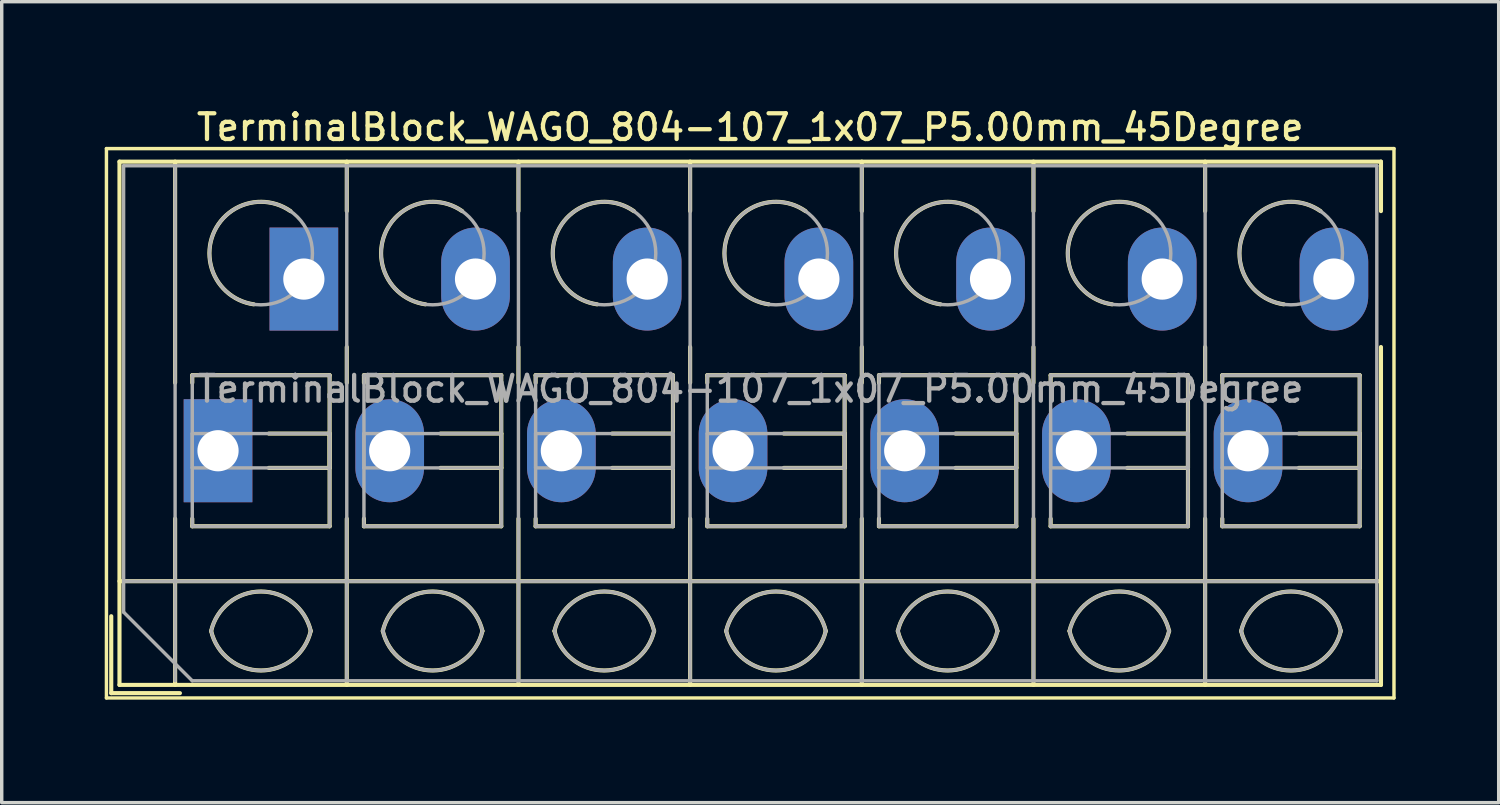
<source format=kicad_pcb>
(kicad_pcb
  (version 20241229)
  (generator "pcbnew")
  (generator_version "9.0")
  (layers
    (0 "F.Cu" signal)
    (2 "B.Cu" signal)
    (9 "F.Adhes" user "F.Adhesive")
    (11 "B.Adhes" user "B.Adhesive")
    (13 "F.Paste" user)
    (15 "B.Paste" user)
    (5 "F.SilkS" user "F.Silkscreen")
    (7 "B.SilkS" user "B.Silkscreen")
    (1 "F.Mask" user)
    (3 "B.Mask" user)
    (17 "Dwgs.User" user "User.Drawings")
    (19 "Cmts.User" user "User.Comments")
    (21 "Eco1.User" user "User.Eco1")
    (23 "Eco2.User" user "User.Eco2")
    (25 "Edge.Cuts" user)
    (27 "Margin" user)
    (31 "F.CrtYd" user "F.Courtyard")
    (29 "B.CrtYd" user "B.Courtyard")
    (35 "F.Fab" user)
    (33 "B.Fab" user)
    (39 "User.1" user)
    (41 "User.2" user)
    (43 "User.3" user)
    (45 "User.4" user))
  (footprint "TerminalBlock_WAGO_804-107_1x07_P5.00mm_45Degree"
    (layer "F.Cu")
    (at 3.3 10.078)
    (property "Reference" "TerminalBlock_WAGO_804-107_1x07_P5.00mm_45Degree" (at 15.5 -9.42 0) (layer "F.SilkS") (effects (font (size 0.75 0.75) (thickness 0.125))))
    (attr through_hole)
    (fp_line (start -3.25 -8.8) (end -3.25 7.2) (stroke (width 0.1) (type solid)) (layer "F.SilkS"))
    (fp_line (start -3.25 7.2) (end 34.25 7.2) (stroke (width 0.1) (type solid)) (layer "F.SilkS"))
    (fp_line (start -3.11 4.82) (end -3.11 7.06) (stroke (width 0.12) (type solid)) (layer "F.SilkS"))
    (fp_line (start -3.11 7.06) (end -1.11 7.06) (stroke (width 0.12) (type solid)) (layer "F.SilkS"))
    (fp_line (start -2.87 -8.42) (end -2.87 6.82) (stroke (width 0.12) (type solid)) (layer "F.SilkS"))
    (fp_line (start -2.87 -8.42) (end 33.871 -8.42) (stroke (width 0.12) (type solid)) (layer "F.SilkS"))
    (fp_line (start -2.87 3.8) (end 33.871 3.8) (stroke (width 0.12) (type solid)) (layer "F.SilkS"))
    (fp_line (start -2.87 6.82) (end 33.871 6.82) (stroke (width 0.12) (type solid)) (layer "F.SilkS"))
    (fp_line (start -1.25 -8.42) (end -1.25 -1.98) (stroke (width 0.12) (type solid)) (layer "F.SilkS"))
    (fp_line (start -1.25 1.98) (end -1.25 6.82) (stroke (width 0.12) (type solid)) (layer "F.SilkS"))
    (fp_line (start -0.75 -2.2) (end -0.75 -1.98) (stroke (width 0.12) (type solid)) (layer "F.SilkS"))
    (fp_line (start -0.75 -2.2) (end 3.25 -2.2) (stroke (width 0.12) (type solid)) (layer "F.SilkS"))
    (fp_line (start -0.75 1.98) (end -0.75 2.2) (stroke (width 0.12) (type solid)) (layer "F.SilkS"))
    (fp_line (start -0.75 2.2) (end 3.25 2.2) (stroke (width 0.12) (type solid)) (layer "F.SilkS"))
    (fp_line (start 1.48 -0.5) (end 3.25 -0.5) (stroke (width 0.12) (type solid)) (layer "F.SilkS"))
    (fp_line (start 1.48 0.5) (end 3.25 0.5) (stroke (width 0.12) (type solid)) (layer "F.SilkS"))
    (fp_line (start 3.25 -2.2) (end 3.25 2.2) (stroke (width 0.12) (type solid)) (layer "F.SilkS"))
    (fp_line (start 3.25 -0.5) (end 3.25 0.5) (stroke (width 0.12) (type solid)) (layer "F.SilkS"))
    (fp_line (start 3.75 -8.42) (end 3.75 -6.98) (stroke (width 0.12) (type solid)) (layer "F.SilkS"))
    (fp_line (start 3.75 -3.02) (end 3.75 -1.98) (stroke (width 0.12) (type solid)) (layer "F.SilkS"))
    (fp_line (start 3.75 1.98) (end 3.75 6.82) (stroke (width 0.12) (type solid)) (layer "F.SilkS"))
    (fp_line (start 4.25 -2.2) (end 4.25 -1.98) (stroke (width 0.12) (type solid)) (layer "F.SilkS"))
    (fp_line (start 4.25 -2.2) (end 8.25 -2.2) (stroke (width 0.12) (type solid)) (layer "F.SilkS"))
    (fp_line (start 4.25 1.98) (end 4.25 2.2) (stroke (width 0.12) (type solid)) (layer "F.SilkS"))
    (fp_line (start 4.25 2.2) (end 8.25 2.2) (stroke (width 0.12) (type solid)) (layer "F.SilkS"))
    (fp_line (start 6.48 -0.5) (end 8.25 -0.5) (stroke (width 0.12) (type solid)) (layer "F.SilkS"))
    (fp_line (start 6.48 0.5) (end 8.25 0.5) (stroke (width 0.12) (type solid)) (layer "F.SilkS"))
    (fp_line (start 8.25 -2.2) (end 8.25 2.2) (stroke (width 0.12) (type solid)) (layer "F.SilkS"))
    (fp_line (start 8.25 -0.5) (end 8.25 0.5) (stroke (width 0.12) (type solid)) (layer "F.SilkS"))
    (fp_line (start 8.75 -8.42) (end 8.75 -6.98) (stroke (width 0.12) (type solid)) (layer "F.SilkS"))
    (fp_line (start 8.75 -3.02) (end 8.75 -1.98) (stroke (width 0.12) (type solid)) (layer "F.SilkS"))
    (fp_line (start 8.75 1.98) (end 8.75 6.82) (stroke (width 0.12) (type solid)) (layer "F.SilkS"))
    (fp_line (start 9.25 -2.2) (end 9.25 -1.98) (stroke (width 0.12) (type solid)) (layer "F.SilkS"))
    (fp_line (start 9.25 -2.2) (end 13.25 -2.2) (stroke (width 0.12) (type solid)) (layer "F.SilkS"))
    (fp_line (start 9.25 1.98) (end 9.25 2.2) (stroke (width 0.12) (type solid)) (layer "F.SilkS"))
    (fp_line (start 9.25 2.2) (end 13.25 2.2) (stroke (width 0.12) (type solid)) (layer "F.SilkS"))
    (fp_line (start 11.48 -0.5) (end 13.25 -0.5) (stroke (width 0.12) (type solid)) (layer "F.SilkS"))
    (fp_line (start 11.48 0.5) (end 13.25 0.5) (stroke (width 0.12) (type solid)) (layer "F.SilkS"))
    (fp_line (start 13.25 -2.2) (end 13.25 2.2) (stroke (width 0.12) (type solid)) (layer "F.SilkS"))
    (fp_line (start 13.25 -0.5) (end 13.25 0.5) (stroke (width 0.12) (type solid)) (layer "F.SilkS"))
    (fp_line (start 13.75 -8.42) (end 13.75 -6.98) (stroke (width 0.12) (type solid)) (layer "F.SilkS"))
    (fp_line (start 13.75 -3.02) (end 13.75 -1.98) (stroke (width 0.12) (type solid)) (layer "F.SilkS"))
    (fp_line (start 13.75 1.98) (end 13.75 6.82) (stroke (width 0.12) (type solid)) (layer "F.SilkS"))
    (fp_line (start 14.25 -2.2) (end 14.25 -1.98) (stroke (width 0.12) (type solid)) (layer "F.SilkS"))
    (fp_line (start 14.25 -2.2) (end 18.25 -2.2) (stroke (width 0.12) (type solid)) (layer "F.SilkS"))
    (fp_line (start 14.25 1.98) (end 14.25 2.2) (stroke (width 0.12) (type solid)) (layer "F.SilkS"))
    (fp_line (start 14.25 2.2) (end 18.25 2.2) (stroke (width 0.12) (type solid)) (layer "F.SilkS"))
    (fp_line (start 16.48 -0.5) (end 18.25 -0.5) (stroke (width 0.12) (type solid)) (layer "F.SilkS"))
    (fp_line (start 16.48 0.5) (end 18.25 0.5) (stroke (width 0.12) (type solid)) (layer "F.SilkS"))
    (fp_line (start 18.25 -2.2) (end 18.25 2.2) (stroke (width 0.12) (type solid)) (layer "F.SilkS"))
    (fp_line (start 18.25 -0.5) (end 18.25 0.5) (stroke (width 0.12) (type solid)) (layer "F.SilkS"))
    (fp_line (start 18.75 -8.42) (end 18.75 -6.98) (stroke (width 0.12) (type solid)) (layer "F.SilkS"))
    (fp_line (start 18.75 -3.02) (end 18.75 -1.98) (stroke (width 0.12) (type solid)) (layer "F.SilkS"))
    (fp_line (start 18.75 1.98) (end 18.75 6.82) (stroke (width 0.12) (type solid)) (layer "F.SilkS"))
    (fp_line (start 19.25 -2.2) (end 19.25 -1.98) (stroke (width 0.12) (type solid)) (layer "F.SilkS"))
    (fp_line (start 19.25 -2.2) (end 23.25 -2.2) (stroke (width 0.12) (type solid)) (layer "F.SilkS"))
    (fp_line (start 19.25 1.98) (end 19.25 2.2) (stroke (width 0.12) (type solid)) (layer "F.SilkS"))
    (fp_line (start 19.25 2.2) (end 23.25 2.2) (stroke (width 0.12) (type solid)) (layer "F.SilkS"))
    (fp_line (start 21.48 -0.5) (end 23.25 -0.5) (stroke (width 0.12) (type solid)) (layer "F.SilkS"))
    (fp_line (start 21.48 0.5) (end 23.25 0.5) (stroke (width 0.12) (type solid)) (layer "F.SilkS"))
    (fp_line (start 23.25 -2.2) (end 23.25 2.2) (stroke (width 0.12) (type solid)) (layer "F.SilkS"))
    (fp_line (start 23.25 -0.5) (end 23.25 0.5) (stroke (width 0.12) (type solid)) (layer "F.SilkS"))
    (fp_line (start 23.75 -8.42) (end 23.75 -6.98) (stroke (width 0.12) (type solid)) (layer "F.SilkS"))
    (fp_line (start 23.75 -3.02) (end 23.75 -1.98) (stroke (width 0.12) (type solid)) (layer "F.SilkS"))
    (fp_line (start 23.75 1.98) (end 23.75 6.82) (stroke (width 0.12) (type solid)) (layer "F.SilkS"))
    (fp_line (start 24.25 -2.2) (end 24.25 -1.98) (stroke (width 0.12) (type solid)) (layer "F.SilkS"))
    (fp_line (start 24.25 -2.2) (end 28.25 -2.2) (stroke (width 0.12) (type solid)) (layer "F.SilkS"))
    (fp_line (start 24.25 1.98) (end 24.25 2.2) (stroke (width 0.12) (type solid)) (layer "F.SilkS"))
    (fp_line (start 24.25 2.2) (end 28.25 2.2) (stroke (width 0.12) (type solid)) (layer "F.SilkS"))
    (fp_line (start 26.48 -0.5) (end 28.25 -0.5) (stroke (width 0.12) (type solid)) (layer "F.SilkS"))
    (fp_line (start 26.48 0.5) (end 28.25 0.5) (stroke (width 0.12) (type solid)) (layer "F.SilkS"))
    (fp_line (start 28.25 -2.2) (end 28.25 2.2) (stroke (width 0.12) (type solid)) (layer "F.SilkS"))
    (fp_line (start 28.25 -0.5) (end 28.25 0.5) (stroke (width 0.12) (type solid)) (layer "F.SilkS"))
    (fp_line (start 28.75 -8.42) (end 28.75 -6.98) (stroke (width 0.12) (type solid)) (layer "F.SilkS"))
    (fp_line (start 28.75 -3.02) (end 28.75 -1.98) (stroke (width 0.12) (type solid)) (layer "F.SilkS"))
    (fp_line (start 28.75 1.98) (end 28.75 6.82) (stroke (width 0.12) (type solid)) (layer "F.SilkS"))
    (fp_line (start 29.25 -2.2) (end 29.25 -1.98) (stroke (width 0.12) (type solid)) (layer "F.SilkS"))
    (fp_line (start 29.25 -2.2) (end 33.25 -2.2) (stroke (width 0.12) (type solid)) (layer "F.SilkS"))
    (fp_line (start 29.25 1.98) (end 29.25 2.2) (stroke (width 0.12) (type solid)) (layer "F.SilkS"))
    (fp_line (start 29.25 2.2) (end 33.25 2.2) (stroke (width 0.12) (type solid)) (layer "F.SilkS"))
    (fp_line (start 31.48 -0.5) (end 33.25 -0.5) (stroke (width 0.12) (type solid)) (layer "F.SilkS"))
    (fp_line (start 31.48 0.5) (end 33.25 0.5) (stroke (width 0.12) (type solid)) (layer "F.SilkS"))
    (fp_line (start 33.25 -2.2) (end 33.25 2.2) (stroke (width 0.12) (type solid)) (layer "F.SilkS"))
    (fp_line (start 33.25 -0.5) (end 33.25 0.5) (stroke (width 0.12) (type solid)) (layer "F.SilkS"))
    (fp_line (start 33.871 -8.42) (end 33.871 -6.98) (stroke (width 0.12) (type solid)) (layer "F.SilkS"))
    (fp_line (start 33.871 -3.02) (end 33.871 6.82) (stroke (width 0.12) (type solid)) (layer "F.SilkS"))
    (fp_line (start 34.25 -8.8) (end -3.25 -8.8) (stroke (width 0.1) (type solid)) (layer "F.SilkS"))
    (fp_line (start 34.25 7.2) (end 34.25 -8.8) (stroke (width 0.1) (type solid)) (layer "F.SilkS"))
    (fp_arc (start -0.200865 5.250424) (mid 1.250296 4.099926) (end 2.701 5.251) (stroke (width 0.12) (type solid)) (layer "F.SilkS"))
    (fp_arc (start 1.040798 -4.264067) (mid -0.146039 -6.300306) (end 2.111 -6.979) (stroke (width 0.12) (type solid)) (layer "F.SilkS"))
    (fp_arc (start 2.7 5.25) (mid 1.250068 6.400101) (end -0.199969 5.250133) (stroke (width 0.12) (type solid)) (layer "F.SilkS"))
    (fp_arc (start 4.799135 5.250424) (mid 6.250296 4.099926) (end 7.701 5.251) (stroke (width 0.12) (type solid)) (layer "F.SilkS"))
    (fp_arc (start 6.040798 -4.264067) (mid 4.853961 -6.300306) (end 7.111 -6.979) (stroke (width 0.12) (type solid)) (layer "F.SilkS"))
    (fp_arc (start 7.7 5.25) (mid 6.250068 6.400101) (end 4.800031 5.250133) (stroke (width 0.12) (type solid)) (layer "F.SilkS"))
    (fp_arc (start 9.799135 5.250424) (mid 11.250296 4.099926) (end 12.701 5.251) (stroke (width 0.12) (type solid)) (layer "F.SilkS"))
    (fp_arc (start 11.040798 -4.264067) (mid 9.853961 -6.300306) (end 12.111 -6.979) (stroke (width 0.12) (type solid)) (layer "F.SilkS"))
    (fp_arc (start 12.7 5.25) (mid 11.250068 6.400101) (end 9.800031 5.250133) (stroke (width 0.12) (type solid)) (layer "F.SilkS"))
    (fp_arc (start 14.799135 5.250424) (mid 16.250296 4.099926) (end 17.701 5.251) (stroke (width 0.12) (type solid)) (layer "F.SilkS"))
    (fp_arc (start 16.040798 -4.264067) (mid 14.853961 -6.300306) (end 17.111 -6.979) (stroke (width 0.12) (type solid)) (layer "F.SilkS"))
    (fp_arc (start 17.7 5.25) (mid 16.250068 6.400101) (end 14.800031 5.250133) (stroke (width 0.12) (type solid)) (layer "F.SilkS"))
    (fp_arc (start 19.799135 5.250424) (mid 21.250296 4.099926) (end 22.701 5.251) (stroke (width 0.12) (type solid)) (layer "F.SilkS"))
    (fp_arc (start 21.040798 -4.264067) (mid 19.853961 -6.300306) (end 22.111 -6.979) (stroke (width 0.12) (type solid)) (layer "F.SilkS"))
    (fp_arc (start 22.7 5.25) (mid 21.250068 6.400101) (end 19.800031 5.250133) (stroke (width 0.12) (type solid)) (layer "F.SilkS"))
    (fp_arc (start 24.799135 5.250424) (mid 26.250296 4.099926) (end 27.701 5.251) (stroke (width 0.12) (type solid)) (layer "F.SilkS"))
    (fp_arc (start 26.040798 -4.264067) (mid 24.853961 -6.300306) (end 27.111 -6.979) (stroke (width 0.12) (type solid)) (layer "F.SilkS"))
    (fp_arc (start 27.7 5.25) (mid 26.250068 6.400101) (end 24.800031 5.250133) (stroke (width 0.12) (type solid)) (layer "F.SilkS"))
    (fp_arc (start 29.799135 5.250424) (mid 31.250296 4.099926) (end 32.701 5.251) (stroke (width 0.12) (type solid)) (layer "F.SilkS"))
    (fp_arc (start 31.040798 -4.264067) (mid 29.853961 -6.300306) (end 32.111 -6.979) (stroke (width 0.12) (type solid)) (layer "F.SilkS"))
    (fp_arc (start 32.701 5.25) (mid 31.250296 6.401074) (end 29.799135 5.250576) (stroke (width 0.12) (type solid)) (layer "F.SilkS"))
    (fp_line (start -2.75 -8.3) (end 33.75 -8.3) (stroke (width 0.1) (type solid)) (layer "F.Fab"))
    (fp_line (start -2.75 3.8) (end 33.75 3.8) (stroke (width 0.1) (type solid)) (layer "F.Fab"))
    (fp_line (start -2.75 4.7) (end -2.75 -8.3) (stroke (width 0.1) (type solid)) (layer "F.Fab"))
    (fp_line (start -1.25 -8.3) (end -1.25 6.7) (stroke (width 0.1) (type solid)) (layer "F.Fab"))
    (fp_line (start -0.75 -2.2) (end -0.75 2.2) (stroke (width 0.1) (type solid)) (layer "F.Fab"))
    (fp_line (start -0.75 -0.5) (end -0.75 0.5) (stroke (width 0.1) (type solid)) (layer "F.Fab"))
    (fp_line (start -0.75 0.5) (end 3.25 0.5) (stroke (width 0.1) (type solid)) (layer "F.Fab"))
    (fp_line (start -0.75 2.2) (end 3.25 2.2) (stroke (width 0.1) (type solid)) (layer "F.Fab"))
    (fp_line (start -0.75 6.7) (end -2.75 4.7) (stroke (width 0.1) (type solid)) (layer "F.Fab"))
    (fp_line (start 3.25 -2.2) (end -0.75 -2.2) (stroke (width 0.1) (type solid)) (layer "F.Fab"))
    (fp_line (start 3.25 -0.5) (end -0.75 -0.5) (stroke (width 0.1) (type solid)) (layer "F.Fab"))
    (fp_line (start 3.25 0.5) (end 3.25 -0.5) (stroke (width 0.1) (type solid)) (layer "F.Fab"))
    (fp_line (start 3.25 2.2) (end 3.25 -2.2) (stroke (width 0.1) (type solid)) (layer "F.Fab"))
    (fp_line (start 3.75 -8.3) (end 3.75 6.7) (stroke (width 0.1) (type solid)) (layer "F.Fab"))
    (fp_line (start 4.25 -2.2) (end 4.25 2.2) (stroke (width 0.1) (type solid)) (layer "F.Fab"))
    (fp_line (start 4.25 -0.5) (end 4.25 0.5) (stroke (width 0.1) (type solid)) (layer "F.Fab"))
    (fp_line (start 4.25 0.5) (end 8.25 0.5) (stroke (width 0.1) (type solid)) (layer "F.Fab"))
    (fp_line (start 4.25 2.2) (end 8.25 2.2) (stroke (width 0.1) (type solid)) (layer "F.Fab"))
    (fp_line (start 8.25 -2.2) (end 4.25 -2.2) (stroke (width 0.1) (type solid)) (layer "F.Fab"))
    (fp_line (start 8.25 -0.5) (end 4.25 -0.5) (stroke (width 0.1) (type solid)) (layer "F.Fab"))
    (fp_line (start 8.25 0.5) (end 8.25 -0.5) (stroke (width 0.1) (type solid)) (layer "F.Fab"))
    (fp_line (start 8.25 2.2) (end 8.25 -2.2) (stroke (width 0.1) (type solid)) (layer "F.Fab"))
    (fp_line (start 8.75 -8.3) (end 8.75 6.7) (stroke (width 0.1) (type solid)) (layer "F.Fab"))
    (fp_line (start 9.25 -2.2) (end 9.25 2.2) (stroke (width 0.1) (type solid)) (layer "F.Fab"))
    (fp_line (start 9.25 -0.5) (end 9.25 0.5) (stroke (width 0.1) (type solid)) (layer "F.Fab"))
    (fp_line (start 9.25 0.5) (end 13.25 0.5) (stroke (width 0.1) (type solid)) (layer "F.Fab"))
    (fp_line (start 9.25 2.2) (end 13.25 2.2) (stroke (width 0.1) (type solid)) (layer "F.Fab"))
    (fp_line (start 13.25 -2.2) (end 9.25 -2.2) (stroke (width 0.1) (type solid)) (layer "F.Fab"))
    (fp_line (start 13.25 -0.5) (end 9.25 -0.5) (stroke (width 0.1) (type solid)) (layer "F.Fab"))
    (fp_line (start 13.25 0.5) (end 13.25 -0.5) (stroke (width 0.1) (type solid)) (layer "F.Fab"))
    (fp_line (start 13.25 2.2) (end 13.25 -2.2) (stroke (width 0.1) (type solid)) (layer "F.Fab"))
    (fp_line (start 13.75 -8.3) (end 13.75 6.7) (stroke (width 0.1) (type solid)) (layer "F.Fab"))
    (fp_line (start 14.25 -2.2) (end 14.25 2.2) (stroke (width 0.1) (type solid)) (layer "F.Fab"))
    (fp_line (start 14.25 -0.5) (end 14.25 0.5) (stroke (width 0.1) (type solid)) (layer "F.Fab"))
    (fp_line (start 14.25 0.5) (end 18.25 0.5) (stroke (width 0.1) (type solid)) (layer "F.Fab"))
    (fp_line (start 14.25 2.2) (end 18.25 2.2) (stroke (width 0.1) (type solid)) (layer "F.Fab"))
    (fp_line (start 18.25 -2.2) (end 14.25 -2.2) (stroke (width 0.1) (type solid)) (layer "F.Fab"))
    (fp_line (start 18.25 -0.5) (end 14.25 -0.5) (stroke (width 0.1) (type solid)) (layer "F.Fab"))
    (fp_line (start 18.25 0.5) (end 18.25 -0.5) (stroke (width 0.1) (type solid)) (layer "F.Fab"))
    (fp_line (start 18.25 2.2) (end 18.25 -2.2) (stroke (width 0.1) (type solid)) (layer "F.Fab"))
    (fp_line (start 18.75 -8.3) (end 18.75 6.7) (stroke (width 0.1) (type solid)) (layer "F.Fab"))
    (fp_line (start 19.25 -2.2) (end 19.25 2.2) (stroke (width 0.1) (type solid)) (layer "F.Fab"))
    (fp_line (start 19.25 -0.5) (end 19.25 0.5) (stroke (width 0.1) (type solid)) (layer "F.Fab"))
    (fp_line (start 19.25 0.5) (end 23.25 0.5) (stroke (width 0.1) (type solid)) (layer "F.Fab"))
    (fp_line (start 19.25 2.2) (end 23.25 2.2) (stroke (width 0.1) (type solid)) (layer "F.Fab"))
    (fp_line (start 23.25 -2.2) (end 19.25 -2.2) (stroke (width 0.1) (type solid)) (layer "F.Fab"))
    (fp_line (start 23.25 -0.5) (end 19.25 -0.5) (stroke (width 0.1) (type solid)) (layer "F.Fab"))
    (fp_line (start 23.25 0.5) (end 23.25 -0.5) (stroke (width 0.1) (type solid)) (layer "F.Fab"))
    (fp_line (start 23.25 2.2) (end 23.25 -2.2) (stroke (width 0.1) (type solid)) (layer "F.Fab"))
    (fp_line (start 23.75 -8.3) (end 23.75 6.7) (stroke (width 0.1) (type solid)) (layer "F.Fab"))
    (fp_line (start 24.25 -2.2) (end 24.25 2.2) (stroke (width 0.1) (type solid)) (layer "F.Fab"))
    (fp_line (start 24.25 -0.5) (end 24.25 0.5) (stroke (width 0.1) (type solid)) (layer "F.Fab"))
    (fp_line (start 24.25 0.5) (end 28.25 0.5) (stroke (width 0.1) (type solid)) (layer "F.Fab"))
    (fp_line (start 24.25 2.2) (end 28.25 2.2) (stroke (width 0.1) (type solid)) (layer "F.Fab"))
    (fp_line (start 28.25 -2.2) (end 24.25 -2.2) (stroke (width 0.1) (type solid)) (layer "F.Fab"))
    (fp_line (start 28.25 -0.5) (end 24.25 -0.5) (stroke (width 0.1) (type solid)) (layer "F.Fab"))
    (fp_line (start 28.25 0.5) (end 28.25 -0.5) (stroke (width 0.1) (type solid)) (layer "F.Fab"))
    (fp_line (start 28.25 2.2) (end 28.25 -2.2) (stroke (width 0.1) (type solid)) (layer "F.Fab"))
    (fp_line (start 28.75 -8.3) (end 28.75 6.7) (stroke (width 0.1) (type solid)) (layer "F.Fab"))
    (fp_line (start 29.25 -2.2) (end 29.25 2.2) (stroke (width 0.1) (type solid)) (layer "F.Fab"))
    (fp_line (start 29.25 -0.5) (end 29.25 0.5) (stroke (width 0.1) (type solid)) (layer "F.Fab"))
    (fp_line (start 29.25 0.5) (end 33.25 0.5) (stroke (width 0.1) (type solid)) (layer "F.Fab"))
    (fp_line (start 29.25 2.2) (end 33.25 2.2) (stroke (width 0.1) (type solid)) (layer "F.Fab"))
    (fp_line (start 33.25 -2.2) (end 29.25 -2.2) (stroke (width 0.1) (type solid)) (layer "F.Fab"))
    (fp_line (start 33.25 -0.5) (end 29.25 -0.5) (stroke (width 0.1) (type solid)) (layer "F.Fab"))
    (fp_line (start 33.25 0.5) (end 33.25 -0.5) (stroke (width 0.1) (type solid)) (layer "F.Fab"))
    (fp_line (start 33.25 2.2) (end 33.25 -2.2) (stroke (width 0.1) (type solid)) (layer "F.Fab"))
    (fp_line (start 33.75 -8.3) (end 33.75 6.7) (stroke (width 0.1) (type solid)) (layer "F.Fab"))
    (fp_line (start 33.75 6.7) (end -0.75 6.7) (stroke (width 0.1) (type solid)) (layer "F.Fab"))
    (fp_arc (start -0.200865 5.250424) (mid 1.250296 4.099926) (end 2.701 5.251) (stroke (width 0.1) (type solid)) (layer "F.Fab"))
    (fp_arc (start 2.7 5.25) (mid 1.250068 6.400101) (end -0.199969 5.250133) (stroke (width 0.1) (type solid)) (layer "F.Fab"))
    (fp_arc (start 4.799135 5.250424) (mid 6.250296 4.099926) (end 7.701 5.251) (stroke (width 0.1) (type solid)) (layer "F.Fab"))
    (fp_arc (start 7.7 5.25) (mid 6.250068 6.400101) (end 4.800031 5.250133) (stroke (width 0.1) (type solid)) (layer "F.Fab"))
    (fp_arc (start 9.799135 5.250424) (mid 11.250296 4.099926) (end 12.701 5.251) (stroke (width 0.1) (type solid)) (layer "F.Fab"))
    (fp_arc (start 12.7 5.25) (mid 11.250068 6.400101) (end 9.800031 5.250133) (stroke (width 0.1) (type solid)) (layer "F.Fab"))
    (fp_arc (start 14.799135 5.250424) (mid 16.250296 4.099926) (end 17.701 5.251) (stroke (width 0.1) (type solid)) (layer "F.Fab"))
    (fp_arc (start 17.7 5.25) (mid 16.250068 6.400101) (end 14.800031 5.250133) (stroke (width 0.1) (type solid)) (layer "F.Fab"))
    (fp_arc (start 19.799135 5.250424) (mid 21.250296 4.099926) (end 22.701 5.251) (stroke (width 0.1) (type solid)) (layer "F.Fab"))
    (fp_arc (start 22.7 5.25) (mid 21.250068 6.400101) (end 19.800031 5.250133) (stroke (width 0.1) (type solid)) (layer "F.Fab"))
    (fp_arc (start 24.799135 5.250424) (mid 26.250296 4.099926) (end 27.701 5.251) (stroke (width 0.1) (type solid)) (layer "F.Fab"))
    (fp_arc (start 27.7 5.25) (mid 26.250068 6.400101) (end 24.800031 5.250133) (stroke (width 0.1) (type solid)) (layer "F.Fab"))
    (fp_arc (start 29.799135 5.250424) (mid 31.250296 4.099926) (end 32.701 5.251) (stroke (width 0.1) (type solid)) (layer "F.Fab"))
    (fp_arc (start 32.701 5.25) (mid 31.250296 6.401074) (end 29.799135 5.250576) (stroke (width 0.1) (type solid)) (layer "F.Fab"))
    (fp_circle (center 1.25 -5.75) (end 2.75 -5.75) (stroke (width 0.1) (type solid)) (fill no) (layer "F.Fab"))
    (fp_circle (center 6.25 -5.75) (end 7.75 -5.75) (stroke (width 0.1) (type solid)) (fill no) (layer "F.Fab"))
    (fp_circle (center 11.25 -5.75) (end 12.75 -5.75) (stroke (width 0.1) (type solid)) (fill no) (layer "F.Fab"))
    (fp_circle (center 16.25 -5.75) (end 17.75 -5.75) (stroke (width 0.1) (type solid)) (fill no) (layer "F.Fab"))
    (fp_circle (center 21.25 -5.75) (end 22.75 -5.75) (stroke (width 0.1) (type solid)) (fill no) (layer "F.Fab"))
    (fp_circle (center 26.25 -5.75) (end 27.75 -5.75) (stroke (width 0.1) (type solid)) (fill no) (layer "F.Fab"))
    (fp_circle (center 31.25 -5.75) (end 32.75 -5.75) (stroke (width 0.1) (type solid)) (fill no) (layer "F.Fab"))
    (fp_text user "${REFERENCE}" (at 15.5 -1.8 0) (layer "F.Fab") (effects (font (size 0.75 0.75) (thickness 0.125))))
    (pad "1" thru_hole rect (at 0 0) (size 2 3) (drill 1.2) (layers "*.Cu" "*.Mask"))
    (pad "1" thru_hole rect (at 2.5 -5) (size 2 3) (drill 1.2) (layers "*.Cu" "*.Mask"))
    (pad "2" thru_hole oval (at 5 0) (size 2 3) (drill 1.2) (layers "*.Cu" "*.Mask"))
    (pad "2" thru_hole oval (at 7.5 -5) (size 2 3) (drill 1.2) (layers "*.Cu" "*.Mask"))
    (pad "3" thru_hole oval (at 10 0) (size 2 3) (drill 1.2) (layers "*.Cu" "*.Mask"))
    (pad "3" thru_hole oval (at 12.5 -5) (size 2 3) (drill 1.2) (layers "*.Cu" "*.Mask"))
    (pad "4" thru_hole oval (at 15 0) (size 2 3) (drill 1.2) (layers "*.Cu" "*.Mask"))
    (pad "4" thru_hole oval (at 17.5 -5) (size 2 3) (drill 1.2) (layers "*.Cu" "*.Mask"))
    (pad "5" thru_hole oval (at 20 0) (size 2 3) (drill 1.2) (layers "*.Cu" "*.Mask"))
    (pad "5" thru_hole oval (at 22.5 -5) (size 2 3) (drill 1.2) (layers "*.Cu" "*.Mask"))
    (pad "6" thru_hole oval (at 25 0) (size 2 3) (drill 1.2) (layers "*.Cu" "*.Mask"))
    (pad "6" thru_hole oval (at 27.5 -5) (size 2 3) (drill 1.2) (layers "*.Cu" "*.Mask"))
    (pad "7" thru_hole oval (at 30 0) (size 2 3) (drill 1.2) (layers "*.Cu" "*.Mask"))
    (pad "7" thru_hole oval (at 32.5 -5) (size 2 3) (drill 1.2) (layers "*.Cu" "*.Mask")))
  (gr_rect
    (start -3 -3)
    (end 40.6 20.328)
    (stroke (width 0.1) (type default))
    (fill no)
    (layer "Edge.Cuts")))
</source>
